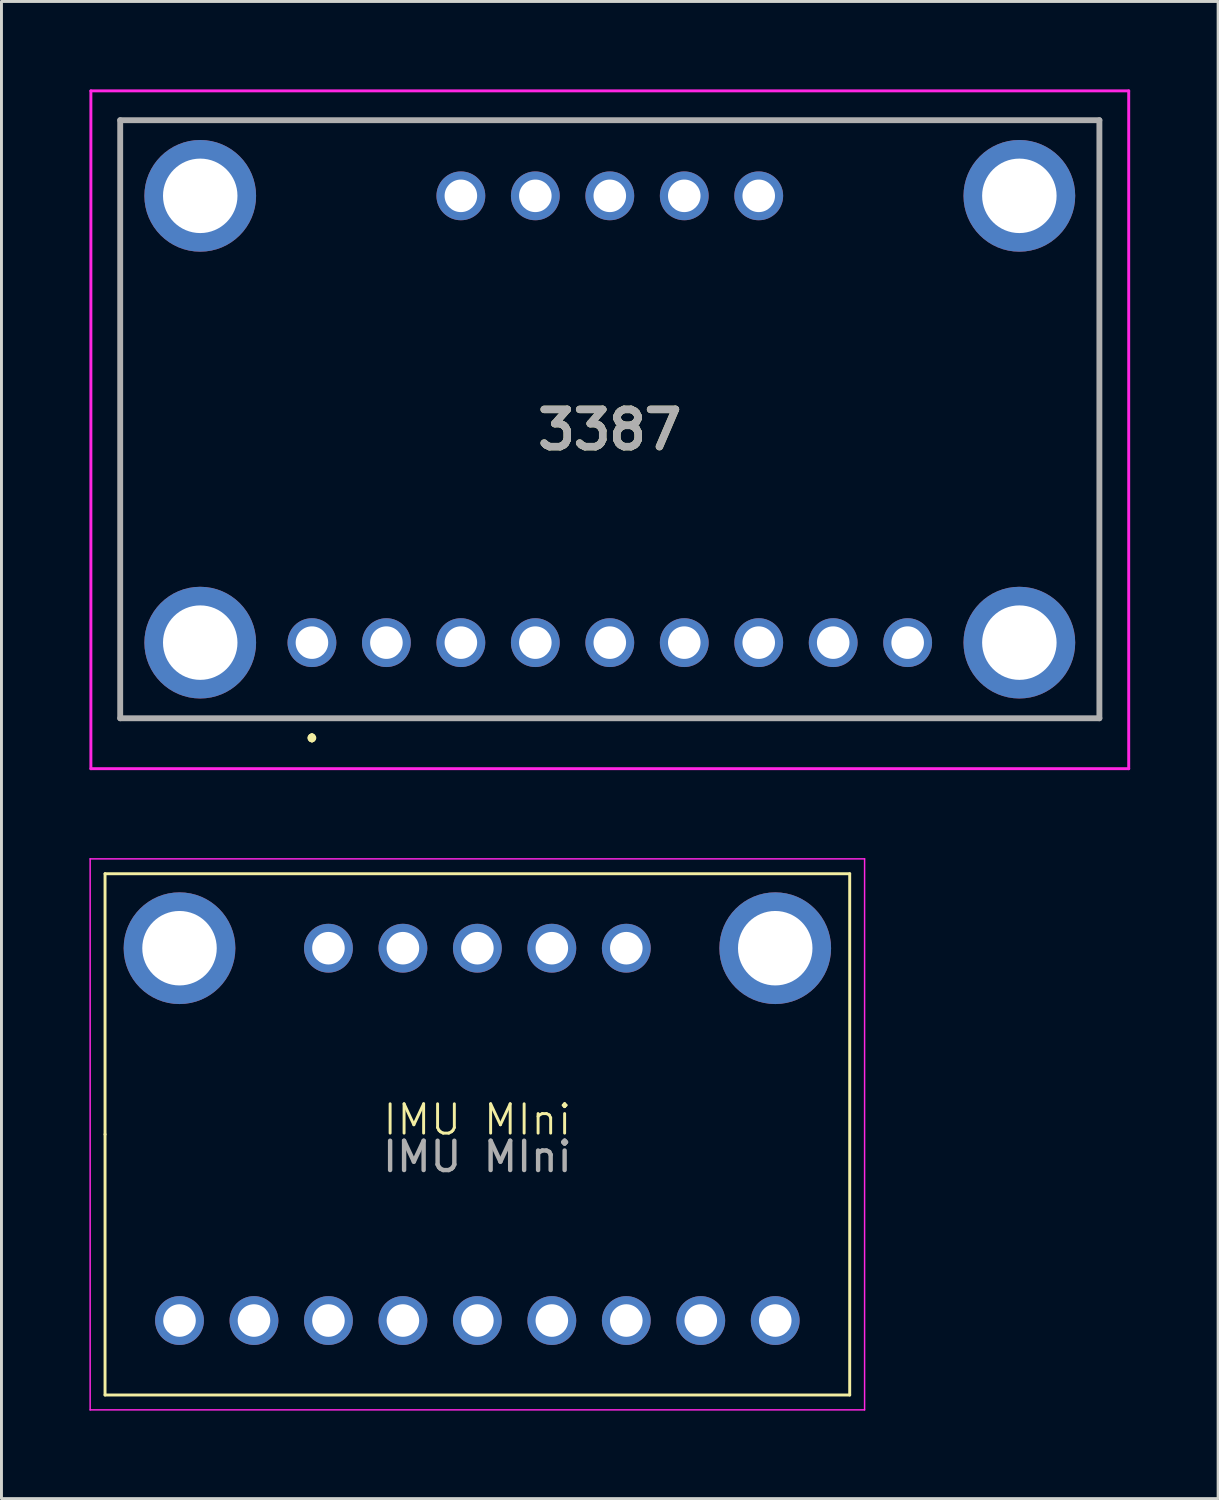
<source format=kicad_pcb>
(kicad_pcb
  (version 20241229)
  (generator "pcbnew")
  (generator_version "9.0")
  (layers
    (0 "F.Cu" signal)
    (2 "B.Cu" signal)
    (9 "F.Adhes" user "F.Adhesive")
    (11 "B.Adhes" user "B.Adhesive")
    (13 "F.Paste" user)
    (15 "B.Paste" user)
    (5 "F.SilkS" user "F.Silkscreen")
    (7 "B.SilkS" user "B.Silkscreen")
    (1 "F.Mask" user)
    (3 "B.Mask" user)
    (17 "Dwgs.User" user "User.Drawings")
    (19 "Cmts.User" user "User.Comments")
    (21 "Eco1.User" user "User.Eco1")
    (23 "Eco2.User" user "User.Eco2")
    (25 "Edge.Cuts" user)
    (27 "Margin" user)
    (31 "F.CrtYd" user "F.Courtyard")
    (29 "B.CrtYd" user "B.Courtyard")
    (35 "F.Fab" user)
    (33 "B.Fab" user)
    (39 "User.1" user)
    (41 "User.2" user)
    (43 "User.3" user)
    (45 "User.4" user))
  (footprint "IMU MIni"
    (layer "F.Cu")
    (at 13.233 35.643)
    (property "Reference" "IMU MIni" (at 0 -0.5 0) (unlocked yes) (layer "F.SilkS") (effects (font (size 1 1) (thickness 0.1))))
    (attr smd)
    (fp_line (start -12.7 -8.89) (end 12.7 -8.89) (stroke (width 0.1) (type default)) (layer "F.SilkS"))
    (fp_line (start -12.7 0) (end -12.7 -8.89) (stroke (width 0.1) (type default)) (layer "F.SilkS"))
    (fp_line (start -12.7 8.89) (end -12.7 0) (stroke (width 0.1) (type default)) (layer "F.SilkS"))
    (fp_line (start 12.7 -8.89) (end 12.7 8.89) (stroke (width 0.1) (type default)) (layer "F.SilkS"))
    (fp_line (start 12.7 8.89) (end -12.7 8.89) (stroke (width 0.1) (type default)) (layer "F.SilkS"))
    (fp_line (start -13.208 -9.398) (end 13.208 -9.398) (stroke (width 0.05) (type default)) (layer "F.CrtYd"))
    (fp_line (start -13.208 9.398) (end -13.208 -9.398) (stroke (width 0.05) (type default)) (layer "F.CrtYd"))
    (fp_line (start 13.208 -9.398) (end 13.208 9.398) (stroke (width 0.05) (type default)) (layer "F.CrtYd"))
    (fp_line (start 13.208 9.398) (end -13.208 9.398) (stroke (width 0.05) (type default)) (layer "F.CrtYd"))
    (fp_text user "${REFERENCE}" (at 0 0.762 0) (unlocked yes) (layer "F.Fab") (effects (font (size 1 1) (thickness 0.15))))
    (pad "1" thru_hole circle (at -10.16 6.35) (size 1.665 1.665) (drill 1.11) (layers "*.Cu" "*.Mask"))
    (pad "2" thru_hole circle (at -7.62 6.35) (size 1.665 1.665) (drill 1.11) (layers "*.Cu" "*.Mask"))
    (pad "3" thru_hole circle (at -5.08 6.35) (size 1.665 1.665) (drill 1.11) (layers "*.Cu" "*.Mask"))
    (pad "4" thru_hole circle (at -2.54 6.35) (size 1.665 1.665) (drill 1.11) (layers "*.Cu" "*.Mask"))
    (pad "5" thru_hole circle (at 0 6.35) (size 1.665 1.665) (drill 1.11) (layers "*.Cu" "*.Mask"))
    (pad "6" thru_hole circle (at 2.54 6.35) (size 1.665 1.665) (drill 1.11) (layers "*.Cu" "*.Mask"))
    (pad "7" thru_hole circle (at 5.08 6.35) (size 1.665 1.665) (drill 1.11) (layers "*.Cu" "*.Mask"))
    (pad "8" thru_hole circle (at 7.62 6.35) (size 1.665 1.665) (drill 1.11) (layers "*.Cu" "*.Mask"))
    (pad "9" thru_hole circle (at 10.16 6.35) (size 1.665 1.665) (drill 1.11) (layers "*.Cu" "*.Mask"))
    (pad "10" thru_hole circle (at 5.08 -6.35) (size 1.665 1.665) (drill 1.11) (layers "*.Cu" "*.Mask"))
    (pad "11" thru_hole circle (at 2.54 -6.35) (size 1.665 1.665) (drill 1.11) (layers "*.Cu" "*.Mask"))
    (pad "12" thru_hole circle (at 0 -6.35) (size 1.665 1.665) (drill 1.11) (layers "*.Cu" "*.Mask"))
    (pad "13" thru_hole circle (at -2.54 -6.35) (size 1.665 1.665) (drill 1.11) (layers "*.Cu" "*.Mask"))
    (pad "14" thru_hole circle (at -5.08 -6.35) (size 1.665 1.665) (drill 1.11) (layers "*.Cu" "*.Mask"))
    (pad "MH1" thru_hole circle (at -10.16 -6.35) (size 3.81 3.81) (drill 2.54) (layers "*.Cu" "*.Mask"))
    (pad "MH2" thru_hole circle (at 10.16 -6.35) (size 3.81 3.81) (drill 2.54) (layers "*.Cu" "*.Mask")))
  (footprint "3387"
    (layer "F.Cu")
    (at 7.59 18.87)
    (property "Reference" "3387" (at 10.16 -7.26 0) (layer "F.SilkS") (effects (font (size 1.27 1.27) (thickness 0.254))))
    (attr through_hole)
    (fp_line (start -6.54 -17.82) (end 26.86 -17.82) (stroke (width 0.1) (type solid)) (layer "F.SilkS"))
    (fp_line (start -6.54 2.58) (end -6.54 -17.82) (stroke (width 0.1) (type solid)) (layer "F.SilkS"))
    (fp_line (start 0 3.2) (end 0 3.2) (stroke (width 0.2) (type solid)) (layer "F.SilkS"))
    (fp_line (start 0 3.2) (end 0 3.2) (stroke (width 0.2) (type solid)) (layer "F.SilkS"))
    (fp_line (start 0 3.3) (end 0 3.3) (stroke (width 0.2) (type solid)) (layer "F.SilkS"))
    (fp_line (start 26.86 -17.82) (end 26.86 2.58) (stroke (width 0.1) (type solid)) (layer "F.SilkS"))
    (fp_line (start 26.86 2.58) (end -6.54 2.58) (stroke (width 0.1) (type solid)) (layer "F.SilkS"))
    (fp_arc (start 0 3.2) (mid 0.05 3.25) (end 0 3.3) (stroke (width 0.2) (type solid)) (layer "F.SilkS"))
    (fp_arc (start 0 3.3) (mid -0.05 3.25) (end 0 3.2) (stroke (width 0.2) (type solid)) (layer "F.SilkS"))
    (fp_arc (start 0 3.3) (mid -0.05 3.25) (end 0 3.2) (stroke (width 0.2) (type solid)) (layer "F.SilkS"))
    (fp_line (start -7.54 -18.82) (end 27.86 -18.82) (stroke (width 0.1) (type solid)) (layer "F.CrtYd"))
    (fp_line (start -7.54 4.3) (end -7.54 -18.82) (stroke (width 0.1) (type solid)) (layer "F.CrtYd"))
    (fp_line (start 27.86 -18.82) (end 27.86 4.3) (stroke (width 0.1) (type solid)) (layer "F.CrtYd"))
    (fp_line (start 27.86 4.3) (end -7.54 4.3) (stroke (width 0.1) (type solid)) (layer "F.CrtYd"))
    (fp_line (start -6.54 -17.82) (end -6.54 2.58) (stroke (width 0.2) (type solid)) (layer "F.Fab"))
    (fp_line (start -6.54 2.58) (end 26.86 2.58) (stroke (width 0.2) (type solid)) (layer "F.Fab"))
    (fp_line (start 26.86 -17.82) (end -6.54 -17.82) (stroke (width 0.2) (type solid)) (layer "F.Fab"))
    (fp_line (start 26.86 2.58) (end 26.86 -17.82) (stroke (width 0.2) (type solid)) (layer "F.Fab"))
    (fp_text user "${REFERENCE}" (at 10.16 -7.26 0) (layer "F.Fab") (effects (font (size 1.27 1.27) (thickness 0.254))))
    (pad "1" thru_hole circle (at 0 0) (size 1.665 1.665) (drill 1.11) (layers "*.Cu" "*.Mask"))
    (pad "2" thru_hole circle (at 2.54 0) (size 1.665 1.665) (drill 1.11) (layers "*.Cu" "*.Mask"))
    (pad "3" thru_hole circle (at 5.08 0) (size 1.665 1.665) (drill 1.11) (layers "*.Cu" "*.Mask"))
    (pad "4" thru_hole circle (at 7.62 0) (size 1.665 1.665) (drill 1.11) (layers "*.Cu" "*.Mask"))
    (pad "5" thru_hole circle (at 10.16 0) (size 1.665 1.665) (drill 1.11) (layers "*.Cu" "*.Mask"))
    (pad "6" thru_hole circle (at 12.7 0) (size 1.665 1.665) (drill 1.11) (layers "*.Cu" "*.Mask"))
    (pad "7" thru_hole circle (at 15.24 0) (size 1.665 1.665) (drill 1.11) (layers "*.Cu" "*.Mask"))
    (pad "8" thru_hole circle (at 17.78 0) (size 1.665 1.665) (drill 1.11) (layers "*.Cu" "*.Mask"))
    (pad "9" thru_hole circle (at 20.32 0) (size 1.665 1.665) (drill 1.11) (layers "*.Cu" "*.Mask"))
    (pad "10" thru_hole circle (at 15.24 -15.24) (size 1.665 1.665) (drill 1.11) (layers "*.Cu" "*.Mask"))
    (pad "11" thru_hole circle (at 12.7 -15.24) (size 1.665 1.665) (drill 1.11) (layers "*.Cu" "*.Mask"))
    (pad "12" thru_hole circle (at 10.16 -15.24) (size 1.665 1.665) (drill 1.11) (layers "*.Cu" "*.Mask"))
    (pad "13" thru_hole circle (at 7.62 -15.24) (size 1.665 1.665) (drill 1.11) (layers "*.Cu" "*.Mask"))
    (pad "14" thru_hole circle (at 5.08 -15.24) (size 1.665 1.665) (drill 1.11) (layers "*.Cu" "*.Mask"))
    (pad "MH1" thru_hole circle (at -3.81 0) (size 3.81 3.81) (drill 2.54) (layers "*.Cu" "*.Mask"))
    (pad "MH2" thru_hole circle (at 24.13 0) (size 3.81 3.81) (drill 2.54) (layers "*.Cu" "*.Mask"))
    (pad "MH3" thru_hole circle (at 24.13 -15.24) (size 3.81 3.81) (drill 2.54) (layers "*.Cu" "*.Mask"))
    (pad "MH4" thru_hole circle (at -3.81 -15.24) (size 3.81 3.81) (drill 2.54) (layers "*.Cu" "*.Mask")))
  (gr_rect
    (start -3 -3)
    (end 38.5 48.066)
    (stroke (width 0.1) (type default))
    (fill no)
    (layer "Edge.Cuts")))
</source>
